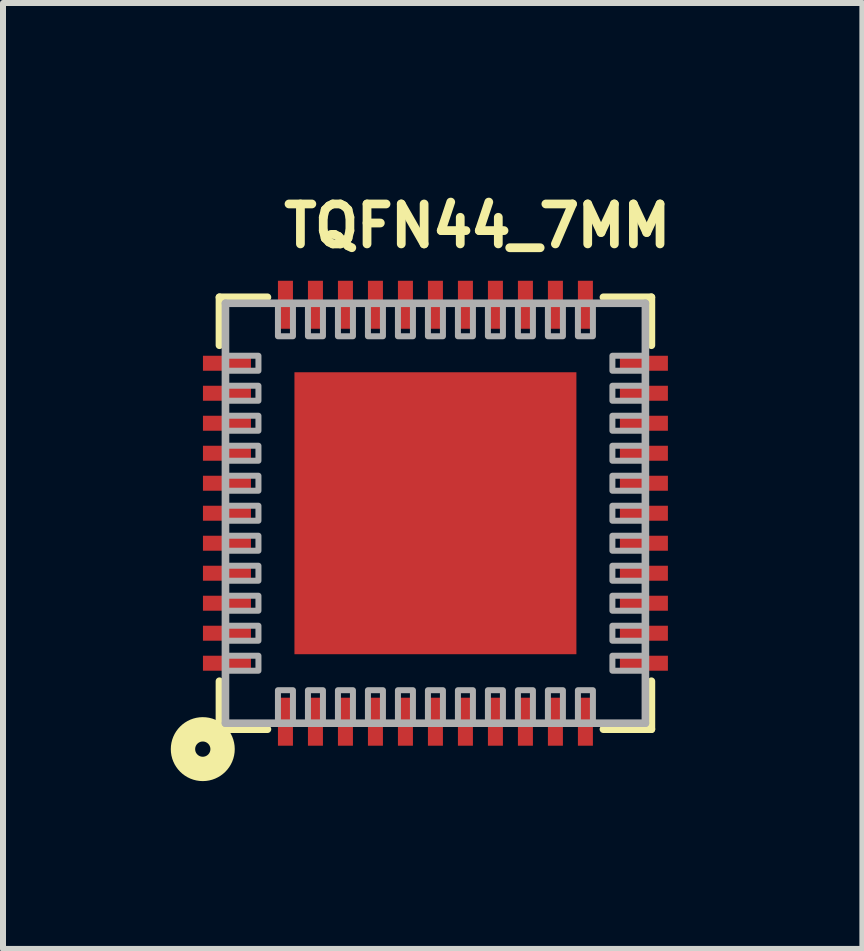
<source format=kicad_pcb>
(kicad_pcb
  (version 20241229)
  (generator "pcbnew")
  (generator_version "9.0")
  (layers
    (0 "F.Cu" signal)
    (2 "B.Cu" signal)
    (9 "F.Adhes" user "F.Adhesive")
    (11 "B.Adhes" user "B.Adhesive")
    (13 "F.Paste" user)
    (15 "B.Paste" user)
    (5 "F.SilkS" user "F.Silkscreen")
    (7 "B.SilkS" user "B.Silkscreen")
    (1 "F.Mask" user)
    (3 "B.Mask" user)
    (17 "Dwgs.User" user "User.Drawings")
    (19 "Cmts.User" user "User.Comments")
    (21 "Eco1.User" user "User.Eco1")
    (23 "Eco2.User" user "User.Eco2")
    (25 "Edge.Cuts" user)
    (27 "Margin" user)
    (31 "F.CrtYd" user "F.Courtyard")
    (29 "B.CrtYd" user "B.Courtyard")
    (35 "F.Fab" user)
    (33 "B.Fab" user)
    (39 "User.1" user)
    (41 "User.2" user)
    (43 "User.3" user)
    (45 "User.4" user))
  (footprint "TQFN44_7MM"
    (layer "F.Cu")
    (at 4.208 5.505)
    (property "Reference" "TQFN44_7MM" (at -2.6 -4.4 0) (layer "F.SilkS") (effects (font (size 0.666 0.666) (thickness 0.146)) (justify left bottom)))
    (fp_line (start -3.6 -3.6) (end -3.6 -2.8) (stroke (width 0.127) (type solid)) (layer "F.SilkS"))
    (fp_line (start -3.6 2.8) (end -3.6 3.6) (stroke (width 0.127) (type solid)) (layer "F.SilkS"))
    (fp_line (start -3.6 3.6) (end -2.8 3.6) (stroke (width 0.127) (type solid)) (layer "F.SilkS"))
    (fp_line (start -2.8 -3.6) (end -3.6 -3.6) (stroke (width 0.127) (type solid)) (layer "F.SilkS"))
    (fp_line (start 2.8 -3.6) (end 3.6 -3.6) (stroke (width 0.127) (type solid)) (layer "F.SilkS"))
    (fp_line (start 3.6 -3.6) (end 3.6 -2.8) (stroke (width 0.127) (type solid)) (layer "F.SilkS"))
    (fp_line (start 3.6 2.8) (end 3.6 3.6) (stroke (width 0.127) (type solid)) (layer "F.SilkS"))
    (fp_line (start 3.6 3.6) (end 2.8 3.6) (stroke (width 0.127) (type solid)) (layer "F.SilkS"))
    (fp_circle (center -3.878 3.932) (end -3.751 3.932) (stroke (width 0.406) (type solid)) (fill no) (layer "F.SilkS"))
    (fp_poly (pts (xy -2 -0.5) (xy -1 -0.5) (xy -1 -2) (xy -2 -2)) (stroke (width 0) (type solid)) (fill yes) (layer "F.Paste"))
    (fp_poly (pts (xy -2 2) (xy -1 2) (xy -1 0.5) (xy -2 0.5)) (stroke (width 0) (type solid)) (fill yes) (layer "F.Paste"))
    (fp_poly (pts (xy -0.5 -0.5) (xy 0.5 -0.5) (xy 0.5 -2) (xy -0.5 -2)) (stroke (width 0) (type solid)) (fill yes) (layer "F.Paste"))
    (fp_poly (pts (xy -0.5 2) (xy 0.5 2) (xy 0.5 0.5) (xy -0.5 0.5)) (stroke (width 0) (type solid)) (fill yes) (layer "F.Paste"))
    (fp_poly (pts (xy 1 -0.5) (xy 2 -0.5) (xy 2 -2) (xy 1 -2)) (stroke (width 0) (type solid)) (fill yes) (layer "F.Paste"))
    (fp_poly (pts (xy 1 2) (xy 2 2) (xy 2 0.5) (xy 1 0.5)) (stroke (width 0) (type solid)) (fill yes) (layer "F.Paste"))
    (fp_line (start -3.5 -3.5) (end 3.5 -3.5) (stroke (width 0.127) (type solid)) (layer "F.Fab"))
    (fp_line (start -3.5 3.5) (end -3.5 -3.5) (stroke (width 0.127) (type solid)) (layer "F.Fab"))
    (fp_line (start 3.5 -3.5) (end 3.5 3.5) (stroke (width 0.127) (type solid)) (layer "F.Fab"))
    (fp_line (start 3.5 3.5) (end -3.5 3.5) (stroke (width 0.127) (type solid)) (layer "F.Fab"))
    (fp_poly (pts (xy -3.5 -2.375) (xy -2.95 -2.375) (xy -2.95 -2.625) (xy -3.5 -2.625)) (stroke (width 0.1) (type solid)) (fill no) (layer "F.Fab"))
    (fp_poly (pts (xy -3.5 -1.875) (xy -2.95 -1.875) (xy -2.95 -2.125) (xy -3.5 -2.125)) (stroke (width 0.1) (type solid)) (fill no) (layer "F.Fab"))
    (fp_poly (pts (xy -3.5 -1.375) (xy -2.95 -1.375) (xy -2.95 -1.625) (xy -3.5 -1.625)) (stroke (width 0.1) (type solid)) (fill no) (layer "F.Fab"))
    (fp_poly (pts (xy -3.5 -0.875) (xy -2.95 -0.875) (xy -2.95 -1.125) (xy -3.5 -1.125)) (stroke (width 0.1) (type solid)) (fill no) (layer "F.Fab"))
    (fp_poly (pts (xy -3.5 -0.375) (xy -2.95 -0.375) (xy -2.95 -0.625) (xy -3.5 -0.625)) (stroke (width 0.1) (type solid)) (fill no) (layer "F.Fab"))
    (fp_poly (pts (xy -3.5 0.125) (xy -2.95 0.125) (xy -2.95 -0.125) (xy -3.5 -0.125)) (stroke (width 0.1) (type solid)) (fill no) (layer "F.Fab"))
    (fp_poly (pts (xy -3.5 0.625) (xy -2.95 0.625) (xy -2.95 0.375) (xy -3.5 0.375)) (stroke (width 0.1) (type solid)) (fill no) (layer "F.Fab"))
    (fp_poly (pts (xy -3.5 1.125) (xy -2.95 1.125) (xy -2.95 0.875) (xy -3.5 0.875)) (stroke (width 0.1) (type solid)) (fill no) (layer "F.Fab"))
    (fp_poly (pts (xy -3.5 1.625) (xy -2.95 1.625) (xy -2.95 1.375) (xy -3.5 1.375)) (stroke (width 0.1) (type solid)) (fill no) (layer "F.Fab"))
    (fp_poly (pts (xy -3.5 2.125) (xy -2.95 2.125) (xy -2.95 1.875) (xy -3.5 1.875)) (stroke (width 0.1) (type solid)) (fill no) (layer "F.Fab"))
    (fp_poly (pts (xy -3.5 2.625) (xy -2.95 2.625) (xy -2.95 2.375) (xy -3.5 2.375)) (stroke (width 0.1) (type solid)) (fill no) (layer "F.Fab"))
    (fp_poly (pts (xy -2.625 -3.5) (xy -2.625 -2.95) (xy -2.375 -2.95) (xy -2.375 -3.5)) (stroke (width 0.1) (type solid)) (fill no) (layer "F.Fab"))
    (fp_poly (pts (xy -2.375 3.5) (xy -2.375 2.95) (xy -2.625 2.95) (xy -2.625 3.5)) (stroke (width 0.1) (type solid)) (fill no) (layer "F.Fab"))
    (fp_poly (pts (xy -2.125 -3.5) (xy -2.125 -2.95) (xy -1.875 -2.95) (xy -1.875 -3.5)) (stroke (width 0.1) (type solid)) (fill no) (layer "F.Fab"))
    (fp_poly (pts (xy -1.875 3.5) (xy -1.875 2.95) (xy -2.125 2.95) (xy -2.125 3.5)) (stroke (width 0.1) (type solid)) (fill no) (layer "F.Fab"))
    (fp_poly (pts (xy -1.625 -3.5) (xy -1.625 -2.95) (xy -1.375 -2.95) (xy -1.375 -3.5)) (stroke (width 0.1) (type solid)) (fill no) (layer "F.Fab"))
    (fp_poly (pts (xy -1.375 3.5) (xy -1.375 2.95) (xy -1.625 2.95) (xy -1.625 3.5)) (stroke (width 0.1) (type solid)) (fill no) (layer "F.Fab"))
    (fp_poly (pts (xy -1.125 -3.5) (xy -1.125 -2.95) (xy -0.875 -2.95) (xy -0.875 -3.5)) (stroke (width 0.1) (type solid)) (fill no) (layer "F.Fab"))
    (fp_poly (pts (xy -0.875 3.5) (xy -0.875 2.95) (xy -1.125 2.95) (xy -1.125 3.5)) (stroke (width 0.1) (type solid)) (fill no) (layer "F.Fab"))
    (fp_poly (pts (xy -0.625 -3.5) (xy -0.625 -2.95) (xy -0.375 -2.95) (xy -0.375 -3.5)) (stroke (width 0.1) (type solid)) (fill no) (layer "F.Fab"))
    (fp_poly (pts (xy -0.375 3.5) (xy -0.375 2.95) (xy -0.625 2.95) (xy -0.625 3.5)) (stroke (width 0.1) (type solid)) (fill no) (layer "F.Fab"))
    (fp_poly (pts (xy -0.125 -3.5) (xy -0.125 -2.95) (xy 0.125 -2.95) (xy 0.125 -3.5)) (stroke (width 0.1) (type solid)) (fill no) (layer "F.Fab"))
    (fp_poly (pts (xy 0.125 3.5) (xy 0.125 2.95) (xy -0.125 2.95) (xy -0.125 3.5)) (stroke (width 0.1) (type solid)) (fill no) (layer "F.Fab"))
    (fp_poly (pts (xy 0.375 -3.5) (xy 0.375 -2.95) (xy 0.625 -2.95) (xy 0.625 -3.5)) (stroke (width 0.1) (type solid)) (fill no) (layer "F.Fab"))
    (fp_poly (pts (xy 0.625 3.5) (xy 0.625 2.95) (xy 0.375 2.95) (xy 0.375 3.5)) (stroke (width 0.1) (type solid)) (fill no) (layer "F.Fab"))
    (fp_poly (pts (xy 0.875 -3.5) (xy 0.875 -2.95) (xy 1.125 -2.95) (xy 1.125 -3.5)) (stroke (width 0.1) (type solid)) (fill no) (layer "F.Fab"))
    (fp_poly (pts (xy 1.125 3.5) (xy 1.125 2.95) (xy 0.875 2.95) (xy 0.875 3.5)) (stroke (width 0.1) (type solid)) (fill no) (layer "F.Fab"))
    (fp_poly (pts (xy 1.375 -3.5) (xy 1.375 -2.95) (xy 1.625 -2.95) (xy 1.625 -3.5)) (stroke (width 0.1) (type solid)) (fill no) (layer "F.Fab"))
    (fp_poly (pts (xy 1.625 3.5) (xy 1.625 2.95) (xy 1.375 2.95) (xy 1.375 3.5)) (stroke (width 0.1) (type solid)) (fill no) (layer "F.Fab"))
    (fp_poly (pts (xy 1.875 -3.5) (xy 1.875 -2.95) (xy 2.125 -2.95) (xy 2.125 -3.5)) (stroke (width 0.1) (type solid)) (fill no) (layer "F.Fab"))
    (fp_poly (pts (xy 2.125 3.5) (xy 2.125 2.95) (xy 1.875 2.95) (xy 1.875 3.5)) (stroke (width 0.1) (type solid)) (fill no) (layer "F.Fab"))
    (fp_poly (pts (xy 2.375 -3.5) (xy 2.375 -2.95) (xy 2.625 -2.95) (xy 2.625 -3.5)) (stroke (width 0.1) (type solid)) (fill no) (layer "F.Fab"))
    (fp_poly (pts (xy 2.625 3.5) (xy 2.625 2.95) (xy 2.375 2.95) (xy 2.375 3.5)) (stroke (width 0.1) (type solid)) (fill no) (layer "F.Fab"))
    (fp_poly (pts (xy 3.5 -2.625) (xy 2.95 -2.625) (xy 2.95 -2.375) (xy 3.5 -2.375)) (stroke (width 0.1) (type solid)) (fill no) (layer "F.Fab"))
    (fp_poly (pts (xy 3.5 -2.125) (xy 2.95 -2.125) (xy 2.95 -1.875) (xy 3.5 -1.875)) (stroke (width 0.1) (type solid)) (fill no) (layer "F.Fab"))
    (fp_poly (pts (xy 3.5 -1.625) (xy 2.95 -1.625) (xy 2.95 -1.375) (xy 3.5 -1.375)) (stroke (width 0.1) (type solid)) (fill no) (layer "F.Fab"))
    (fp_poly (pts (xy 3.5 -1.125) (xy 2.95 -1.125) (xy 2.95 -0.875) (xy 3.5 -0.875)) (stroke (width 0.1) (type solid)) (fill no) (layer "F.Fab"))
    (fp_poly (pts (xy 3.5 -0.625) (xy 2.95 -0.625) (xy 2.95 -0.375) (xy 3.5 -0.375)) (stroke (width 0.1) (type solid)) (fill no) (layer "F.Fab"))
    (fp_poly (pts (xy 3.5 -0.125) (xy 2.95 -0.125) (xy 2.95 0.125) (xy 3.5 0.125)) (stroke (width 0.1) (type solid)) (fill no) (layer "F.Fab"))
    (fp_poly (pts (xy 3.5 0.375) (xy 2.95 0.375) (xy 2.95 0.625) (xy 3.5 0.625)) (stroke (width 0.1) (type solid)) (fill no) (layer "F.Fab"))
    (fp_poly (pts (xy 3.5 0.875) (xy 2.95 0.875) (xy 2.95 1.125) (xy 3.5 1.125)) (stroke (width 0.1) (type solid)) (fill no) (layer "F.Fab"))
    (fp_poly (pts (xy 3.5 1.375) (xy 2.95 1.375) (xy 2.95 1.625) (xy 3.5 1.625)) (stroke (width 0.1) (type solid)) (fill no) (layer "F.Fab"))
    (fp_poly (pts (xy 3.5 1.875) (xy 2.95 1.875) (xy 2.95 2.125) (xy 3.5 2.125)) (stroke (width 0.1) (type solid)) (fill no) (layer "F.Fab"))
    (fp_poly (pts (xy 3.5 2.375) (xy 2.95 2.375) (xy 2.95 2.625) (xy 3.5 2.625)) (stroke (width 0.1) (type solid)) (fill no) (layer "F.Fab"))
    (pad "1" smd rect (at -2.5 3.475 90) (size 0.8 0.25) (layers "F.Cu" "F.Mask" "F.Paste"))
    (pad "2" smd rect (at -2 3.475 90) (size 0.8 0.25) (layers "F.Cu" "F.Mask" "F.Paste"))
    (pad "3" smd rect (at -1.5 3.475 90) (size 0.8 0.25) (layers "F.Cu" "F.Mask" "F.Paste"))
    (pad "4" smd rect (at -1 3.475 90) (size 0.8 0.25) (layers "F.Cu" "F.Mask" "F.Paste"))
    (pad "5" smd rect (at -0.5 3.475 90) (size 0.8 0.25) (layers "F.Cu" "F.Mask" "F.Paste"))
    (pad "6" smd rect (at 0 3.475 90) (size 0.8 0.25) (layers "F.Cu" "F.Mask" "F.Paste"))
    (pad "7" smd rect (at 0.5 3.475 90) (size 0.8 0.25) (layers "F.Cu" "F.Mask" "F.Paste"))
    (pad "8" smd rect (at 1 3.475 90) (size 0.8 0.25) (layers "F.Cu" "F.Mask" "F.Paste"))
    (pad "9" smd rect (at 1.5 3.475 90) (size 0.8 0.25) (layers "F.Cu" "F.Mask" "F.Paste"))
    (pad "10" smd rect (at 2 3.475 90) (size 0.8 0.25) (layers "F.Cu" "F.Mask" "F.Paste"))
    (pad "11" smd rect (at 2.5 3.475 90) (size 0.8 0.25) (layers "F.Cu" "F.Mask" "F.Paste"))
    (pad "12" smd rect (at 3.475 2.5 180) (size 0.8 0.25) (layers "F.Cu" "F.Mask" "F.Paste"))
    (pad "13" smd rect (at 3.475 2 180) (size 0.8 0.25) (layers "F.Cu" "F.Mask" "F.Paste"))
    (pad "14" smd rect (at 3.475 1.5 180) (size 0.8 0.25) (layers "F.Cu" "F.Mask" "F.Paste"))
    (pad "15" smd rect (at 3.475 1 180) (size 0.8 0.25) (layers "F.Cu" "F.Mask" "F.Paste"))
    (pad "16" smd rect (at 3.475 0.5 180) (size 0.8 0.25) (layers "F.Cu" "F.Mask" "F.Paste"))
    (pad "17" smd rect (at 3.475 0 180) (size 0.8 0.25) (layers "F.Cu" "F.Mask" "F.Paste"))
    (pad "18" smd rect (at 3.475 -0.5 180) (size 0.8 0.25) (layers "F.Cu" "F.Mask" "F.Paste"))
    (pad "19" smd rect (at 3.475 -1 180) (size 0.8 0.25) (layers "F.Cu" "F.Mask" "F.Paste"))
    (pad "20" smd rect (at 3.475 -1.5 180) (size 0.8 0.25) (layers "F.Cu" "F.Mask" "F.Paste"))
    (pad "21" smd rect (at 3.475 -2 180) (size 0.8 0.25) (layers "F.Cu" "F.Mask" "F.Paste"))
    (pad "22" smd rect (at 3.475 -2.5 180) (size 0.8 0.25) (layers "F.Cu" "F.Mask" "F.Paste"))
    (pad "23" smd rect (at 2.5 -3.475 270) (size 0.8 0.25) (layers "F.Cu" "F.Mask" "F.Paste"))
    (pad "24" smd rect (at 2 -3.475 270) (size 0.8 0.25) (layers "F.Cu" "F.Mask" "F.Paste"))
    (pad "25" smd rect (at 1.5 -3.475 270) (size 0.8 0.25) (layers "F.Cu" "F.Mask" "F.Paste"))
    (pad "26" smd rect (at 1 -3.475 270) (size 0.8 0.25) (layers "F.Cu" "F.Mask" "F.Paste"))
    (pad "27" smd rect (at 0.5 -3.475 270) (size 0.8 0.25) (layers "F.Cu" "F.Mask" "F.Paste"))
    (pad "28" smd rect (at 0 -3.475 270) (size 0.8 0.25) (layers "F.Cu" "F.Mask" "F.Paste"))
    (pad "29" smd rect (at -0.5 -3.475 270) (size 0.8 0.25) (layers "F.Cu" "F.Mask" "F.Paste"))
    (pad "30" smd rect (at -1 -3.475 270) (size 0.8 0.25) (layers "F.Cu" "F.Mask" "F.Paste"))
    (pad "31" smd rect (at -1.5 -3.475 270) (size 0.8 0.25) (layers "F.Cu" "F.Mask" "F.Paste"))
    (pad "32" smd rect (at -2 -3.475 270) (size 0.8 0.25) (layers "F.Cu" "F.Mask" "F.Paste"))
    (pad "33" smd rect (at -2.5 -3.475 270) (size 0.8 0.25) (layers "F.Cu" "F.Mask" "F.Paste"))
    (pad "34" smd rect (at -3.475 -2.5) (size 0.8 0.25) (layers "F.Cu" "F.Mask" "F.Paste"))
    (pad "35" smd rect (at -3.475 -2) (size 0.8 0.25) (layers "F.Cu" "F.Mask" "F.Paste"))
    (pad "36" smd rect (at -3.475 -1.5) (size 0.8 0.25) (layers "F.Cu" "F.Mask" "F.Paste"))
    (pad "37" smd rect (at -3.475 -1) (size 0.8 0.25) (layers "F.Cu" "F.Mask" "F.Paste"))
    (pad "38" smd rect (at -3.475 -0.5) (size 0.8 0.25) (layers "F.Cu" "F.Mask" "F.Paste"))
    (pad "39" smd rect (at -3.475 0) (size 0.8 0.25) (layers "F.Cu" "F.Mask" "F.Paste"))
    (pad "40" smd rect (at -3.475 0.5) (size 0.8 0.25) (layers "F.Cu" "F.Mask" "F.Paste"))
    (pad "41" smd rect (at -3.475 1) (size 0.8 0.25) (layers "F.Cu" "F.Mask" "F.Paste"))
    (pad "42" smd rect (at -3.475 1.5) (size 0.8 0.25) (layers "F.Cu" "F.Mask" "F.Paste"))
    (pad "43" smd rect (at -3.475 2) (size 0.8 0.25) (layers "F.Cu" "F.Mask" "F.Paste"))
    (pad "44" smd rect (at -3.475 2.5) (size 0.8 0.25) (layers "F.Cu" "F.Mask" "F.Paste"))
    (pad "THERMAL" smd rect (at 0 0) (size 4.7 4.7) (layers "F.Cu" "F.Mask")))
  (gr_rect
    (start -3 -3)
    (end 11.325 12.768)
    (stroke (width 0.1) (type default))
    (fill no)
    (layer "Edge.Cuts")))
</source>
